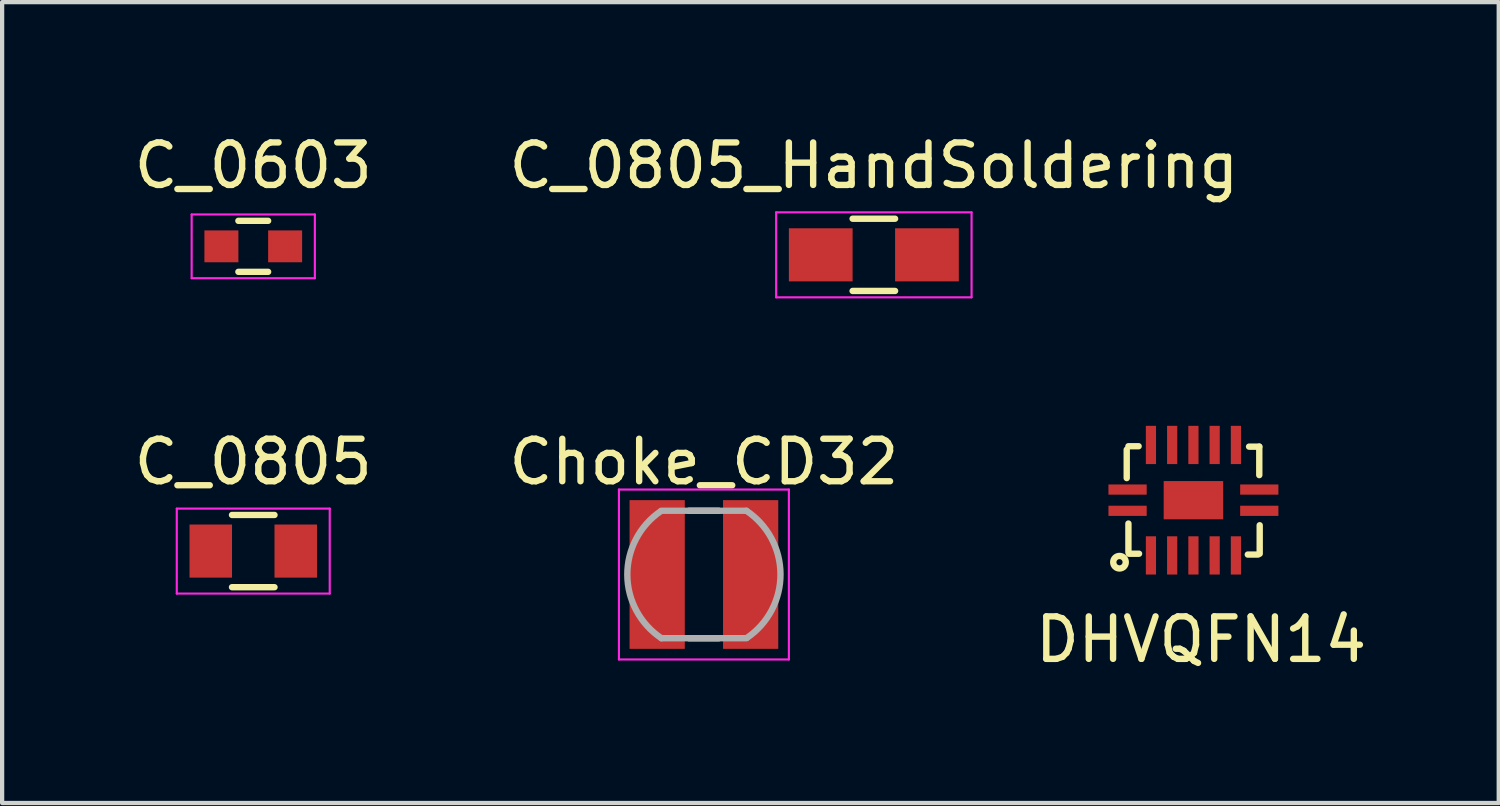
<source format=kicad_pcb>
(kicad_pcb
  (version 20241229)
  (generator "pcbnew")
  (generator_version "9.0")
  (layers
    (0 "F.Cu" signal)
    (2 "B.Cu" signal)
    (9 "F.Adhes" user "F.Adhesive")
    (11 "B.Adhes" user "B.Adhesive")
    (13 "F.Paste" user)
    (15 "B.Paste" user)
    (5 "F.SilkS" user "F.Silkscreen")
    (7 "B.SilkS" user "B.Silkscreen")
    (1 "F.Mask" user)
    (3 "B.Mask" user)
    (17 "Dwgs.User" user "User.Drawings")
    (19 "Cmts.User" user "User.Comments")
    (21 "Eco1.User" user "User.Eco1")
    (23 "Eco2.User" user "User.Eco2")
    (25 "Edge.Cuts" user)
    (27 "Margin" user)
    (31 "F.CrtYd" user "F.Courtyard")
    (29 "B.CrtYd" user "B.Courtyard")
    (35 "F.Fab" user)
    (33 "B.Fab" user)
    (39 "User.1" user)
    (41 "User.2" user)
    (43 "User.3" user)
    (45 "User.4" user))
  (footprint "Choke_CD32"
    (layer "F.Cu")
    (at 13.518 10.472)
    (property "Reference" "Choke_CD32" (at 0 -2.65 180) (layer "F.SilkS") (effects (font (size 1 1) (thickness 0.15))))
    (attr smd)
    (fp_line (start -0.35 -1.5) (end 0.35 -1.5) (stroke (width 0.15) (type solid)) (layer "F.SilkS"))
    (fp_line (start -0.35 1.5) (end 0.35 1.5) (stroke (width 0.15) (type solid)) (layer "F.SilkS"))
    (fp_line (start -2 -2) (end 2 -2) (stroke (width 0.05) (type solid)) (layer "F.CrtYd"))
    (fp_line (start -2 2) (end -2 -2) (stroke (width 0.05) (type solid)) (layer "F.CrtYd"))
    (fp_line (start 2 -2) (end 2 2) (stroke (width 0.05) (type solid)) (layer "F.CrtYd"))
    (fp_line (start 2 2) (end -2 2) (stroke (width 0.05) (type solid)) (layer "F.CrtYd"))
    (fp_line (start -1 1.5) (end 1 1.5) (stroke (width 0.15) (type solid)) (layer "F.Fab"))
    (fp_line (start 1 -1.5) (end -1 -1.5) (stroke (width 0.15) (type solid)) (layer "F.Fab"))
    (fp_arc (start -1 1.5) (mid -1.802749 0.009752) (end -1.016169 -1.489094) (stroke (width 0.15) (type solid)) (layer "F.Fab"))
    (fp_arc (start 1 -1.5) (mid 1.802749 -0.009752) (end 1.016169 1.489094) (stroke (width 0.15) (type solid)) (layer "F.Fab"))
    (pad "1" smd rect (at -1.1 0 90) (size 3.5 1.3) (layers "F.Cu" "F.Mask" "F.Paste"))
    (pad "2" smd rect (at 1.1 0 90) (size 3.5 1.3) (layers "F.Cu" "F.Mask" "F.Paste")))
  (footprint "DHVQFN14"
    (layer "F.Cu")
    (at 25.04 8.723)
    (property "Reference" "DHVQFN14" (at 0.18 3.28 0) (layer "F.SilkS") (effects (font (size 1 1) (thickness 0.15))))
    (attr through_hole)
    (fp_line (start -1.57 -1.19) (end -1.57 -0.52) (stroke (width 0.15) (type solid)) (layer "F.SilkS"))
    (fp_line (start -1.53 -1.27) (end -1.29 -1.27) (stroke (width 0.15) (type solid)) (layer "F.SilkS"))
    (fp_line (start -1.53 0.55) (end -1.53 1.22) (stroke (width 0.15) (type solid)) (layer "F.SilkS"))
    (fp_line (start -1.52 1.26) (end -1.28 1.26) (stroke (width 0.15) (type solid)) (layer "F.SilkS"))
    (fp_line (start 1.28 1.28) (end 1.52 1.28) (stroke (width 0.15) (type solid)) (layer "F.SilkS"))
    (fp_line (start 1.31 -1.26) (end 1.55 -1.26) (stroke (width 0.15) (type solid)) (layer "F.SilkS"))
    (fp_line (start 1.55 -1.26) (end 1.55 -0.59) (stroke (width 0.15) (type solid)) (layer "F.SilkS"))
    (fp_line (start 1.56 0.59) (end 1.56 1.26) (stroke (width 0.15) (type solid)) (layer "F.SilkS"))
    (fp_circle (center -1.74 1.46) (end -1.87 1.39) (stroke (width 0.15) (type solid)) (fill no) (layer "F.SilkS"))
    (pad "1" smd rect (at -1.55 0.25) (size 0.9 0.24) (layers "F.Cu" "F.Mask" "F.Paste"))
    (pad "2" smd rect (at -1 1.3) (size 0.24 0.9) (layers "F.Cu" "F.Mask" "F.Paste"))
    (pad "3" smd rect (at -0.5 1.3) (size 0.24 0.9) (layers "F.Cu" "F.Mask" "F.Paste"))
    (pad "4" smd rect (at 0 1.3) (size 0.24 0.9) (layers "F.Cu" "F.Mask" "F.Paste"))
    (pad "5" smd rect (at 0.5 1.3) (size 0.24 0.9) (layers "F.Cu" "F.Mask" "F.Paste"))
    (pad "6" smd rect (at 1 1.3) (size 0.24 0.9) (layers "F.Cu" "F.Mask" "F.Paste"))
    (pad "7" smd rect (at 1.55 0.25) (size 0.9 0.24) (layers "F.Cu" "F.Mask" "F.Paste"))
    (pad "8" smd rect (at 1.55 -0.25) (size 0.9 0.24) (layers "F.Cu" "F.Mask" "F.Paste"))
    (pad "9" smd rect (at 1 -1.3) (size 0.24 0.9) (layers "F.Cu" "F.Mask" "F.Paste"))
    (pad "10" smd rect (at 0.5 -1.3) (size 0.24 0.9) (layers "F.Cu" "F.Mask" "F.Paste"))
    (pad "11" smd rect (at 0 -1.3) (size 0.24 0.9) (layers "F.Cu" "F.Mask" "F.Paste"))
    (pad "12" smd rect (at -0.5 -1.3) (size 0.24 0.9) (layers "F.Cu" "F.Mask" "F.Paste"))
    (pad "13" smd rect (at -1 -1.3) (size 0.24 0.9) (layers "F.Cu" "F.Mask" "F.Paste"))
    (pad "14" smd rect (at -1.55 -0.25) (size 0.9 0.24) (layers "F.Cu" "F.Mask" "F.Paste"))
    (pad "15" smd rect (at 0 0) (size 1.4 0.9) (layers "F.Cu" "F.Mask" "F.Paste")))
  (footprint "C_0805"
    (layer "F.Cu")
    (at 2.911 9.921)
    (property "Reference" "C_0805" (at 0 -2.1 0) (layer "F.SilkS") (effects (font (size 1 1) (thickness 0.15))))
    (attr smd)
    (fp_line (start -0.5 0.85) (end 0.5 0.85) (stroke (width 0.15) (type solid)) (layer "F.SilkS"))
    (fp_line (start 0.5 -0.85) (end -0.5 -0.85) (stroke (width 0.15) (type solid)) (layer "F.SilkS"))
    (fp_line (start -1.8 -1) (end -1.8 1) (stroke (width 0.05) (type solid)) (layer "F.CrtYd"))
    (fp_line (start -1.8 -1) (end 1.8 -1) (stroke (width 0.05) (type solid)) (layer "F.CrtYd"))
    (fp_line (start -1.8 1) (end 1.8 1) (stroke (width 0.05) (type solid)) (layer "F.CrtYd"))
    (fp_line (start 1.8 -1) (end 1.8 1) (stroke (width 0.05) (type solid)) (layer "F.CrtYd"))
    (pad "1" smd rect (at -1 0) (size 1 1.25) (layers "F.Cu" "F.Mask" "F.Paste"))
    (pad "2" smd rect (at 1 0) (size 1 1.25) (layers "F.Cu" "F.Mask" "F.Paste")))
  (footprint "C_0603"
    (layer "F.Cu")
    (at 2.911 2.748)
    (property "Reference" "C_0603" (at 0 -1.9 0) (layer "F.SilkS") (effects (font (size 1 1) (thickness 0.15))))
    (attr smd)
    (fp_line (start -0.35 -0.6) (end 0.35 -0.6) (stroke (width 0.15) (type solid)) (layer "F.SilkS"))
    (fp_line (start 0.35 0.6) (end -0.35 0.6) (stroke (width 0.15) (type solid)) (layer "F.SilkS"))
    (fp_line (start -1.45 -0.75) (end -1.45 0.75) (stroke (width 0.05) (type solid)) (layer "F.CrtYd"))
    (fp_line (start -1.45 -0.75) (end 1.45 -0.75) (stroke (width 0.05) (type solid)) (layer "F.CrtYd"))
    (fp_line (start -1.45 0.75) (end 1.45 0.75) (stroke (width 0.05) (type solid)) (layer "F.CrtYd"))
    (fp_line (start 1.45 -0.75) (end 1.45 0.75) (stroke (width 0.05) (type solid)) (layer "F.CrtYd"))
    (pad "1" smd rect (at -0.75 0) (size 0.8 0.75) (layers "F.Cu" "F.Mask" "F.Paste"))
    (pad "2" smd rect (at 0.75 0) (size 0.8 0.75) (layers "F.Cu" "F.Mask" "F.Paste")))
  (footprint "C_0805_HandSoldering"
    (layer "F.Cu")
    (at 17.518 2.948)
    (property "Reference" "C_0805_HandSoldering" (at 0 -2.1 0) (layer "F.SilkS") (effects (font (size 1 1) (thickness 0.15))))
    (attr smd)
    (fp_line (start -0.5 0.85) (end 0.5 0.85) (stroke (width 0.15) (type solid)) (layer "F.SilkS"))
    (fp_line (start 0.5 -0.85) (end -0.5 -0.85) (stroke (width 0.15) (type solid)) (layer "F.SilkS"))
    (fp_line (start -2.3 -1) (end -2.3 1) (stroke (width 0.05) (type solid)) (layer "F.CrtYd"))
    (fp_line (start -2.3 -1) (end 2.3 -1) (stroke (width 0.05) (type solid)) (layer "F.CrtYd"))
    (fp_line (start -2.3 1) (end 2.3 1) (stroke (width 0.05) (type solid)) (layer "F.CrtYd"))
    (fp_line (start 2.3 -1) (end 2.3 1) (stroke (width 0.05) (type solid)) (layer "F.CrtYd"))
    (pad "1" smd rect (at -1.25 0) (size 1.5 1.25) (layers "F.Cu" "F.Mask" "F.Paste"))
    (pad "2" smd rect (at 1.25 0) (size 1.5 1.25) (layers "F.Cu" "F.Mask" "F.Paste")))
  (gr_rect
    (start -3 -3)
    (end 32.226 15.851)
    (stroke (width 0.1) (type default))
    (fill no)
    (layer "Edge.Cuts")))
</source>
